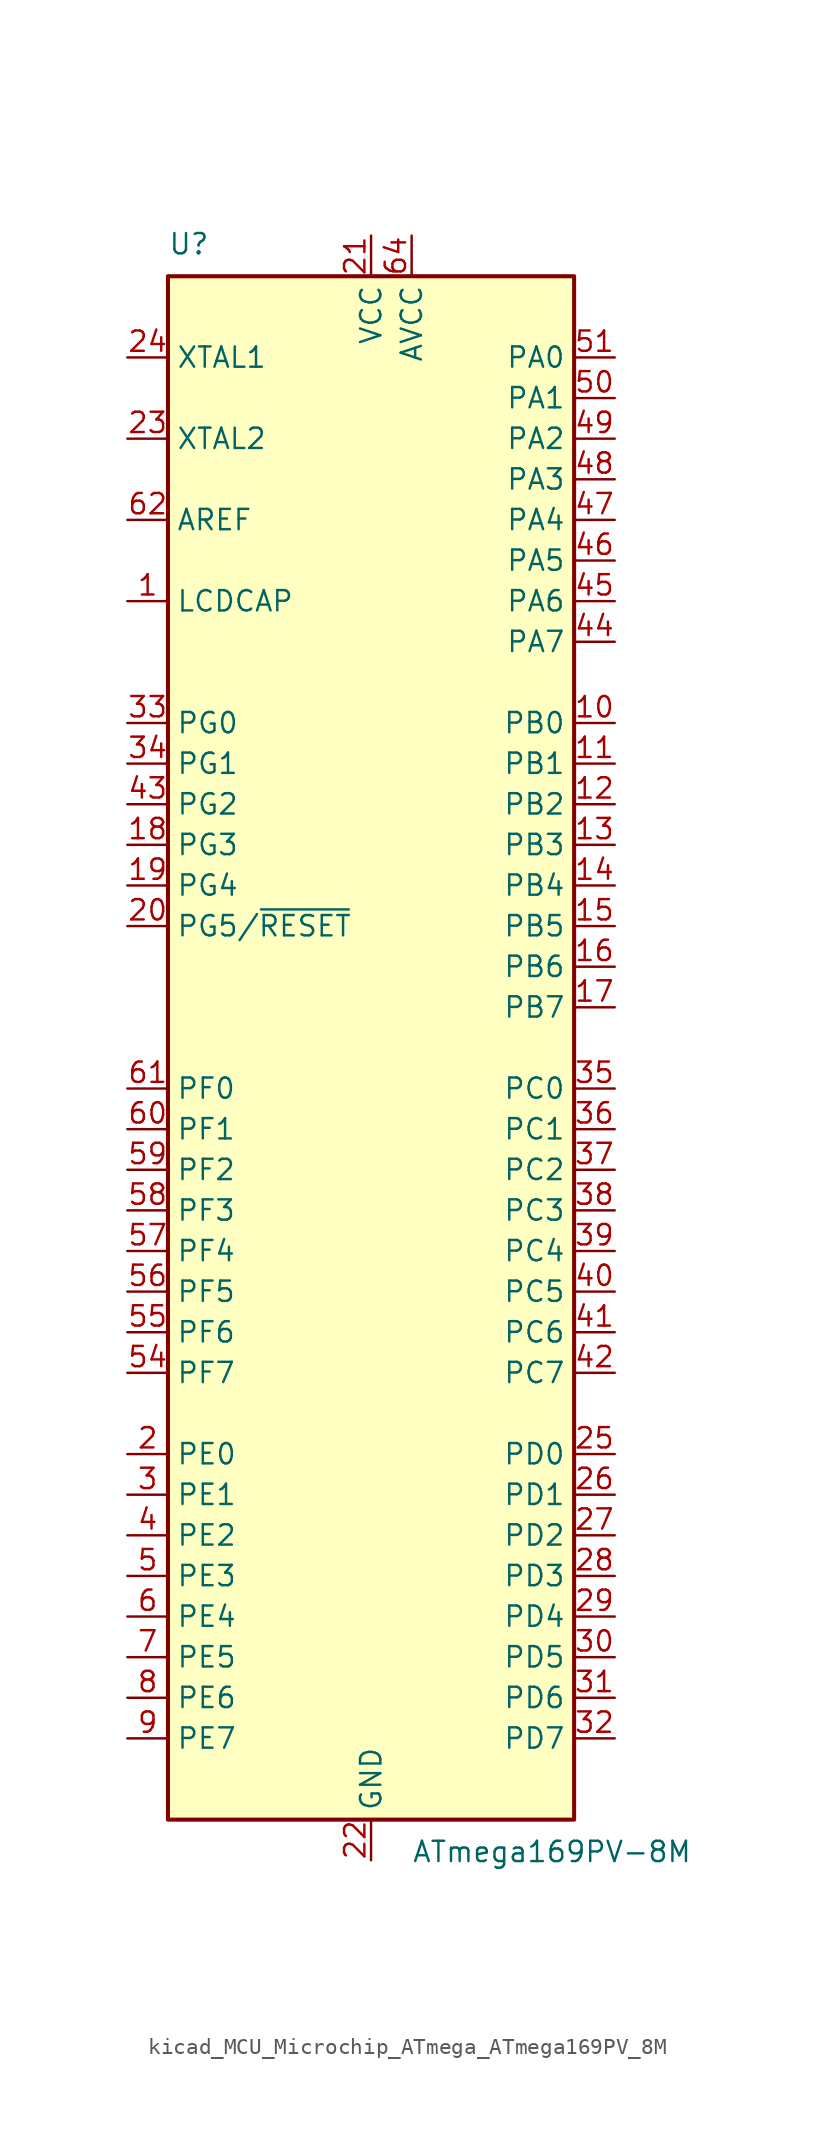
<source format=kicad_sym>
(kicad_symbol_lib
  (version 20220914)
  (generator kicad_symbol_editor)
  (symbol "kicad_MCU_Microchip_ATmega_ATmega169PV_8M"
    (property "Reference" "U"
      (at -12.7 49.53 0)
      (effects (font (size 1.27 1.27)) (justify left bottom)))
    (property "Value" "ATmega169PV-8M"
      (at 2.54 -49.53 0)
      (effects (font (size 1.27 1.27)) (justify left top)))
    (symbol "kicad_MCU_Microchip_ATmega_ATmega169PV_8M_0_1"
      (rectangle (start -12.7 -48.26) (end 12.7 48.26) (stroke (width 0.254) (type default)) (fill (type background))))
    (symbol "kicad_MCU_Microchip_ATmega_ATmega169PV_8M_1_1"
      (pin passive line (at -15.24 27.94 0) (length 2.54) (name "LCDCAP" (effects (font (size 1.27 1.27)))) (number "1" (effects (font (size 1.27 1.27)))))
      (pin bidirectional line (at 15.24 20.32 180) (length 2.54) (name "PB0" (effects (font (size 1.27 1.27)))) (number "10" (effects (font (size 1.27 1.27)))))
      (pin bidirectional line (at 15.24 17.78 180) (length 2.54) (name "PB1" (effects (font (size 1.27 1.27)))) (number "11" (effects (font (size 1.27 1.27)))))
      (pin bidirectional line (at 15.24 15.24 180) (length 2.54) (name "PB2" (effects (font (size 1.27 1.27)))) (number "12" (effects (font (size 1.27 1.27)))))
      (pin bidirectional line (at 15.24 12.7 180) (length 2.54) (name "PB3" (effects (font (size 1.27 1.27)))) (number "13" (effects (font (size 1.27 1.27)))))
      (pin bidirectional line (at 15.24 10.16 180) (length 2.54) (name "PB4" (effects (font (size 1.27 1.27)))) (number "14" (effects (font (size 1.27 1.27)))))
      (pin bidirectional line (at 15.24 7.62 180) (length 2.54) (name "PB5" (effects (font (size 1.27 1.27)))) (number "15" (effects (font (size 1.27 1.27)))))
      (pin bidirectional line (at 15.24 5.08 180) (length 2.54) (name "PB6" (effects (font (size 1.27 1.27)))) (number "16" (effects (font (size 1.27 1.27)))))
      (pin bidirectional line (at 15.24 2.54 180) (length 2.54) (name "PB7" (effects (font (size 1.27 1.27)))) (number "17" (effects (font (size 1.27 1.27)))))
      (pin bidirectional line (at -15.24 12.7 0) (length 2.54) (name "PG3" (effects (font (size 1.27 1.27)))) (number "18" (effects (font (size 1.27 1.27)))))
      (pin bidirectional line (at -15.24 10.16 0) (length 2.54) (name "PG4" (effects (font (size 1.27 1.27)))) (number "19" (effects (font (size 1.27 1.27)))))
      (pin bidirectional line (at -15.24 -25.4 0) (length 2.54) (name "PE0" (effects (font (size 1.27 1.27)))) (number "2" (effects (font (size 1.27 1.27)))))
      (pin bidirectional line (at -15.24 7.62 0) (length 2.54) (name "PG5/~{RESET}" (effects (font (size 1.27 1.27)))) (number "20" (effects (font (size 1.27 1.27)))))
      (pin power_in line (at 0 50.8 270) (length 2.54) (name "VCC" (effects (font (size 1.27 1.27)))) (number "21" (effects (font (size 1.27 1.27)))))
      (pin power_in line (at 0 -50.8 90) (length 2.54) (name "GND" (effects (font (size 1.27 1.27)))) (number "22" (effects (font (size 1.27 1.27)))))
      (pin output line (at -15.24 38.1 0) (length 2.54) (name "XTAL2" (effects (font (size 1.27 1.27)))) (number "23" (effects (font (size 1.27 1.27)))))
      (pin input line (at -15.24 43.18 0) (length 2.54) (name "XTAL1" (effects (font (size 1.27 1.27)))) (number "24" (effects (font (size 1.27 1.27)))))
      (pin bidirectional line (at 15.24 -25.4 180) (length 2.54) (name "PD0" (effects (font (size 1.27 1.27)))) (number "25" (effects (font (size 1.27 1.27)))))
      (pin bidirectional line (at 15.24 -27.94 180) (length 2.54) (name "PD1" (effects (font (size 1.27 1.27)))) (number "26" (effects (font (size 1.27 1.27)))))
      (pin bidirectional line (at 15.24 -30.48 180) (length 2.54) (name "PD2" (effects (font (size 1.27 1.27)))) (number "27" (effects (font (size 1.27 1.27)))))
      (pin bidirectional line (at 15.24 -33.02 180) (length 2.54) (name "PD3" (effects (font (size 1.27 1.27)))) (number "28" (effects (font (size 1.27 1.27)))))
      (pin bidirectional line (at 15.24 -35.56 180) (length 2.54) (name "PD4" (effects (font (size 1.27 1.27)))) (number "29" (effects (font (size 1.27 1.27)))))
      (pin bidirectional line (at -15.24 -27.94 0) (length 2.54) (name "PE1" (effects (font (size 1.27 1.27)))) (number "3" (effects (font (size 1.27 1.27)))))
      (pin bidirectional line (at 15.24 -38.1 180) (length 2.54) (name "PD5" (effects (font (size 1.27 1.27)))) (number "30" (effects (font (size 1.27 1.27)))))
      (pin bidirectional line (at 15.24 -40.64 180) (length 2.54) (name "PD6" (effects (font (size 1.27 1.27)))) (number "31" (effects (font (size 1.27 1.27)))))
      (pin bidirectional line (at 15.24 -43.18 180) (length 2.54) (name "PD7" (effects (font (size 1.27 1.27)))) (number "32" (effects (font (size 1.27 1.27)))))
      (pin bidirectional line (at -15.24 20.32 0) (length 2.54) (name "PG0" (effects (font (size 1.27 1.27)))) (number "33" (effects (font (size 1.27 1.27)))))
      (pin bidirectional line (at -15.24 17.78 0) (length 2.54) (name "PG1" (effects (font (size 1.27 1.27)))) (number "34" (effects (font (size 1.27 1.27)))))
      (pin bidirectional line (at 15.24 -2.54 180) (length 2.54) (name "PC0" (effects (font (size 1.27 1.27)))) (number "35" (effects (font (size 1.27 1.27)))))
      (pin bidirectional line (at 15.24 -5.08 180) (length 2.54) (name "PC1" (effects (font (size 1.27 1.27)))) (number "36" (effects (font (size 1.27 1.27)))))
      (pin bidirectional line (at 15.24 -7.62 180) (length 2.54) (name "PC2" (effects (font (size 1.27 1.27)))) (number "37" (effects (font (size 1.27 1.27)))))
      (pin bidirectional line (at 15.24 -10.16 180) (length 2.54) (name "PC3" (effects (font (size 1.27 1.27)))) (number "38" (effects (font (size 1.27 1.27)))))
      (pin bidirectional line (at 15.24 -12.7 180) (length 2.54) (name "PC4" (effects (font (size 1.27 1.27)))) (number "39" (effects (font (size 1.27 1.27)))))
      (pin bidirectional line (at -15.24 -30.48 0) (length 2.54) (name "PE2" (effects (font (size 1.27 1.27)))) (number "4" (effects (font (size 1.27 1.27)))))
      (pin bidirectional line (at 15.24 -15.24 180) (length 2.54) (name "PC5" (effects (font (size 1.27 1.27)))) (number "40" (effects (font (size 1.27 1.27)))))
      (pin bidirectional line (at 15.24 -17.78 180) (length 2.54) (name "PC6" (effects (font (size 1.27 1.27)))) (number "41" (effects (font (size 1.27 1.27)))))
      (pin bidirectional line (at 15.24 -20.32 180) (length 2.54) (name "PC7" (effects (font (size 1.27 1.27)))) (number "42" (effects (font (size 1.27 1.27)))))
      (pin bidirectional line (at -15.24 15.24 0) (length 2.54) (name "PG2" (effects (font (size 1.27 1.27)))) (number "43" (effects (font (size 1.27 1.27)))))
      (pin bidirectional line (at 15.24 25.4 180) (length 2.54) (name "PA7" (effects (font (size 1.27 1.27)))) (number "44" (effects (font (size 1.27 1.27)))))
      (pin bidirectional line (at 15.24 27.94 180) (length 2.54) (name "PA6" (effects (font (size 1.27 1.27)))) (number "45" (effects (font (size 1.27 1.27)))))
      (pin bidirectional line (at 15.24 30.48 180) (length 2.54) (name "PA5" (effects (font (size 1.27 1.27)))) (number "46" (effects (font (size 1.27 1.27)))))
      (pin bidirectional line (at 15.24 33.02 180) (length 2.54) (name "PA4" (effects (font (size 1.27 1.27)))) (number "47" (effects (font (size 1.27 1.27)))))
      (pin bidirectional line (at 15.24 35.56 180) (length 2.54) (name "PA3" (effects (font (size 1.27 1.27)))) (number "48" (effects (font (size 1.27 1.27)))))
      (pin bidirectional line (at 15.24 38.1 180) (length 2.54) (name "PA2" (effects (font (size 1.27 1.27)))) (number "49" (effects (font (size 1.27 1.27)))))
      (pin bidirectional line (at -15.24 -33.02 0) (length 2.54) (name "PE3" (effects (font (size 1.27 1.27)))) (number "5" (effects (font (size 1.27 1.27)))))
      (pin bidirectional line (at 15.24 40.64 180) (length 2.54) (name "PA1" (effects (font (size 1.27 1.27)))) (number "50" (effects (font (size 1.27 1.27)))))
      (pin bidirectional line (at 15.24 43.18 180) (length 2.54) (name "PA0" (effects (font (size 1.27 1.27)))) (number "51" (effects (font (size 1.27 1.27)))))
      (pin passive line (at 0 50.8 270) (length 2.54) hide (name "VCC" (effects (font (size 1.27 1.27)))) (number "52" (effects (font (size 1.27 1.27)))))
      (pin passive line (at 0 -50.8 90) (length 2.54) hide (name "GND" (effects (font (size 1.27 1.27)))) (number "53" (effects (font (size 1.27 1.27)))))
      (pin bidirectional line (at -15.24 -20.32 0) (length 2.54) (name "PF7" (effects (font (size 1.27 1.27)))) (number "54" (effects (font (size 1.27 1.27)))))
      (pin bidirectional line (at -15.24 -17.78 0) (length 2.54) (name "PF6" (effects (font (size 1.27 1.27)))) (number "55" (effects (font (size 1.27 1.27)))))
      (pin bidirectional line (at -15.24 -15.24 0) (length 2.54) (name "PF5" (effects (font (size 1.27 1.27)))) (number "56" (effects (font (size 1.27 1.27)))))
      (pin bidirectional line (at -15.24 -12.7 0) (length 2.54) (name "PF4" (effects (font (size 1.27 1.27)))) (number "57" (effects (font (size 1.27 1.27)))))
      (pin bidirectional line (at -15.24 -10.16 0) (length 2.54) (name "PF3" (effects (font (size 1.27 1.27)))) (number "58" (effects (font (size 1.27 1.27)))))
      (pin bidirectional line (at -15.24 -7.62 0) (length 2.54) (name "PF2" (effects (font (size 1.27 1.27)))) (number "59" (effects (font (size 1.27 1.27)))))
      (pin bidirectional line (at -15.24 -35.56 0) (length 2.54) (name "PE4" (effects (font (size 1.27 1.27)))) (number "6" (effects (font (size 1.27 1.27)))))
      (pin bidirectional line (at -15.24 -5.08 0) (length 2.54) (name "PF1" (effects (font (size 1.27 1.27)))) (number "60" (effects (font (size 1.27 1.27)))))
      (pin bidirectional line (at -15.24 -2.54 0) (length 2.54) (name "PF0" (effects (font (size 1.27 1.27)))) (number "61" (effects (font (size 1.27 1.27)))))
      (pin passive line (at -15.24 33.02 0) (length 2.54) (name "AREF" (effects (font (size 1.27 1.27)))) (number "62" (effects (font (size 1.27 1.27)))))
      (pin passive line (at 0 -50.8 90) (length 2.54) hide (name "GND" (effects (font (size 1.27 1.27)))) (number "63" (effects (font (size 1.27 1.27)))))
      (pin power_in line (at 2.54 50.8 270) (length 2.54) (name "AVCC" (effects (font (size 1.27 1.27)))) (number "64" (effects (font (size 1.27 1.27)))))
      (pin passive line (at 0 -50.8 90) (length 2.54) hide (name "GND" (effects (font (size 1.27 1.27)))) (number "65" (effects (font (size 1.27 1.27)))))
      (pin bidirectional line (at -15.24 -38.1 0) (length 2.54) (name "PE5" (effects (font (size 1.27 1.27)))) (number "7" (effects (font (size 1.27 1.27)))))
      (pin bidirectional line (at -15.24 -40.64 0) (length 2.54) (name "PE6" (effects (font (size 1.27 1.27)))) (number "8" (effects (font (size 1.27 1.27)))))
      (pin bidirectional line (at -15.24 -43.18 0) (length 2.54) (name "PE7" (effects (font (size 1.27 1.27)))) (number "9" (effects (font (size 1.27 1.27))))))))
</source>
